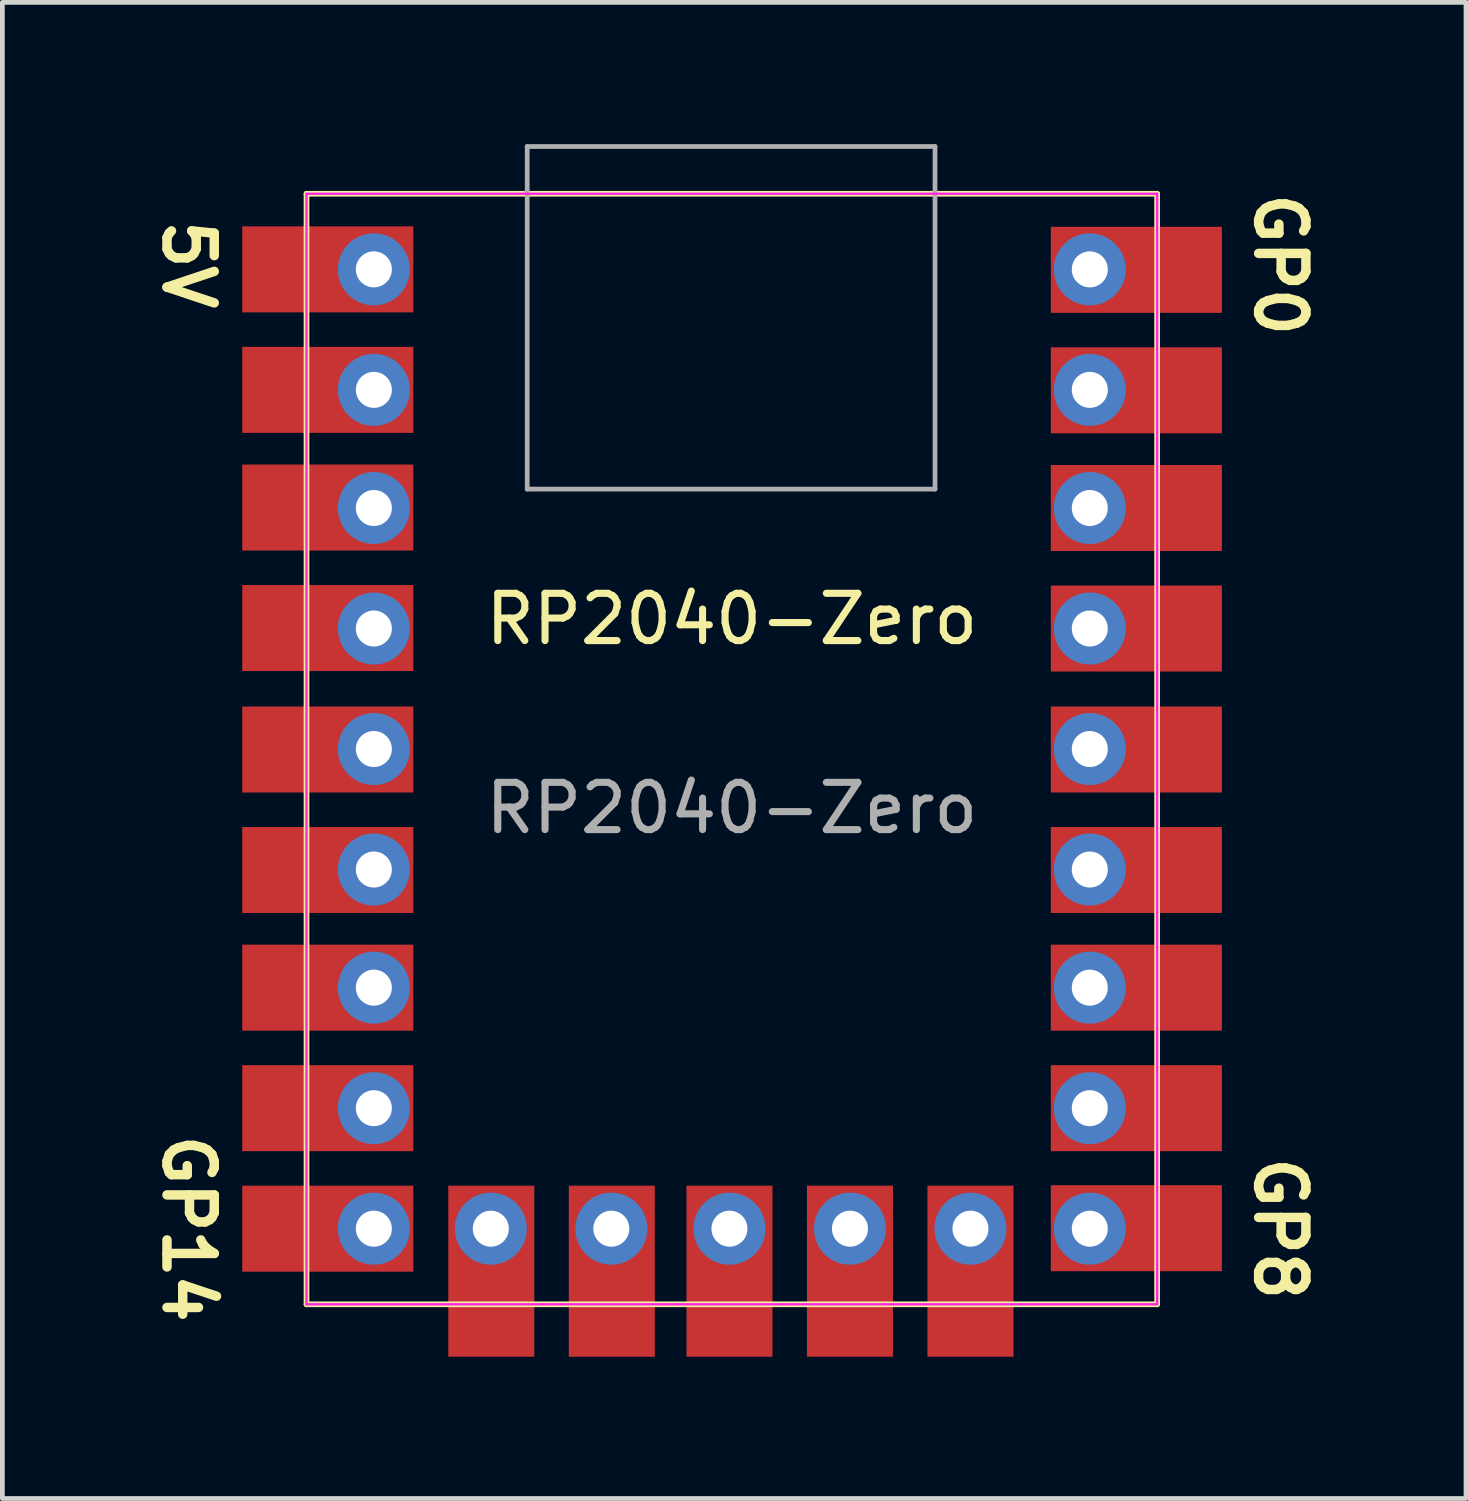
<source format=kicad_pcb>
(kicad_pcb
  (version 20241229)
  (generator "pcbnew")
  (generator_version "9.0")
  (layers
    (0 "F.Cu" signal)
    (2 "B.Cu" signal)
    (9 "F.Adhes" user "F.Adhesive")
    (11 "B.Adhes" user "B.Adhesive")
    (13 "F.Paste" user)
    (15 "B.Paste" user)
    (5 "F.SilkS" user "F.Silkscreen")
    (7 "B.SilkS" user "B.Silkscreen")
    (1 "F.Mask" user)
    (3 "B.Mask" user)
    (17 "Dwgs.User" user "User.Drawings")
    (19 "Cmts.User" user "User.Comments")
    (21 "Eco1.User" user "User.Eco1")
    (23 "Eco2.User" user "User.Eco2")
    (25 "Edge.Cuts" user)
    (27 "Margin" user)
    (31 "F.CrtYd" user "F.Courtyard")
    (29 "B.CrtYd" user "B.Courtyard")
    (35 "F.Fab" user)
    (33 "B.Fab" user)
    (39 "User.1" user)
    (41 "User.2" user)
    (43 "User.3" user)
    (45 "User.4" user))
  (footprint "RP2040-Zero"
    (layer "F.Cu")
    (at 3.436 24.55)
    (property "Reference" "RP2040-Zero" (at 9 -14.5 0) (unlocked yes) (layer "F.SilkS") (effects (font (size 1 1) (thickness 0.15))))
    (attr through_hole)
    (fp_line (start 0 -23.5) (end 0 0) (stroke (width 0.12) (type solid)) (layer "F.SilkS"))
    (fp_line (start 0 0) (end 18 0) (stroke (width 0.12) (type solid)) (layer "F.SilkS"))
    (fp_line (start 18 -23.5) (end 0 -23.5) (stroke (width 0.12) (type solid)) (layer "F.SilkS"))
    (fp_line (start 18 0) (end 18 -23.5) (stroke (width 0.12) (type solid)) (layer "F.SilkS"))
    (fp_line (start 0 -23.5) (end 18 -23.5) (stroke (width 0.05) (type solid)) (layer "F.CrtYd"))
    (fp_line (start 0 0) (end 0 -23.5) (stroke (width 0.05) (type solid)) (layer "F.CrtYd"))
    (fp_line (start 18 -23.5) (end 18 0) (stroke (width 0.05) (type solid)) (layer "F.CrtYd"))
    (fp_line (start 18 0) (end 0 0) (stroke (width 0.05) (type solid)) (layer "F.CrtYd"))
    (fp_line (start 4.67 -24.5) (end 4.67 -17.25) (stroke (width 0.1) (type solid)) (layer "F.Fab"))
    (fp_line (start 4.67 -24.5) (end 13.3 -24.5) (stroke (width 0.1) (type solid)) (layer "F.Fab"))
    (fp_line (start 4.67 -17.25) (end 13.3 -17.25) (stroke (width 0.1) (type solid)) (layer "F.Fab"))
    (fp_line (start 13.3 -24.5) (end 13.3 -17.25) (stroke (width 0.1) (type solid)) (layer "F.Fab"))
    (fp_text user "GP0" (at 20.6 -22 270) (unlocked yes) (layer "F.SilkS") (effects (font (size 1 1) (thickness 0.2))))
    (fp_text user "GP14" (at -2.5 -1.6 270) (unlocked yes) (layer "F.SilkS") (effects (font (size 1 1) (thickness 0.2))))
    (fp_text user "5V" (at -2.5 -22 270) (unlocked yes) (layer "F.SilkS") (effects (font (size 1 1) (thickness 0.2))))
    (fp_text user "GP8" (at 20.6 -1.6 270) (unlocked yes) (layer "F.SilkS") (effects (font (size 1 1) (thickness 0.2))))
    (fp_text user "${REFERENCE}" (at 9 -10.5 0) (unlocked yes) (layer "F.Fab") (effects (font (size 1 1) (thickness 0.15))))
    (pad "" thru_hole circle (at 1.425 -21.9) (size 1.524 1.524) (drill 0.762) (layers "*.Cu" "*.Mask"))
    (pad "" thru_hole circle (at 1.425 -19.35) (size 1.524 1.524) (drill 0.762) (layers "*.Cu" "*.Mask"))
    (pad "" thru_hole circle (at 1.425 -16.85) (size 1.524 1.524) (drill 0.762) (layers "*.Cu" "*.Mask"))
    (pad "" thru_hole circle (at 1.425 -14.3) (size 1.524 1.524) (drill 0.762) (layers "*.Cu" "*.Mask"))
    (pad "" thru_hole circle (at 1.425 -11.75) (size 1.524 1.524) (drill 0.762) (layers "*.Cu" "*.Mask"))
    (pad "" thru_hole circle (at 1.425 -9.2) (size 1.524 1.524) (drill 0.762) (layers "*.Cu" "*.Mask"))
    (pad "" thru_hole circle (at 1.425 -6.7) (size 1.524 1.524) (drill 0.762) (layers "*.Cu" "*.Mask"))
    (pad "" thru_hole circle (at 1.425 -4.15) (size 1.524 1.524) (drill 0.762) (layers "*.Cu" "*.Mask"))
    (pad "" thru_hole circle (at 1.425 -1.6) (size 1.524 1.524) (drill 0.762) (layers "*.Cu" "*.Mask"))
    (pad "" thru_hole circle (at 3.9 -1.6 90) (size 1.524 1.524) (drill 0.762) (layers "*.Cu" "*.Mask"))
    (pad "" thru_hole circle (at 6.45 -1.6 90) (size 1.524 1.524) (drill 0.762) (layers "*.Cu" "*.Mask"))
    (pad "" thru_hole circle (at 8.95 -1.6 90) (size 1.524 1.524) (drill 0.762) (layers "*.Cu" "*.Mask"))
    (pad "" thru_hole circle (at 11.5 -1.6 90) (size 1.524 1.524) (drill 0.762) (layers "*.Cu" "*.Mask"))
    (pad "" thru_hole circle (at 14.05 -1.6 90) (size 1.524 1.524) (drill 0.762) (layers "*.Cu" "*.Mask"))
    (pad "" thru_hole circle (at 16.575 -21.9) (size 1.524 1.524) (drill 0.762) (layers "*.Cu" "*.Mask"))
    (pad "" thru_hole circle (at 16.575 -19.35) (size 1.524 1.524) (drill 0.762) (layers "*.Cu" "*.Mask"))
    (pad "" thru_hole circle (at 16.575 -16.85) (size 1.524 1.524) (drill 0.762) (layers "*.Cu" "*.Mask"))
    (pad "" thru_hole circle (at 16.575 -14.3) (size 1.524 1.524) (drill 0.762) (layers "*.Cu" "*.Mask"))
    (pad "" thru_hole circle (at 16.575 -11.75) (size 1.524 1.524) (drill 0.762) (layers "*.Cu" "*.Mask"))
    (pad "" thru_hole circle (at 16.575 -9.2) (size 1.524 1.524) (drill 0.762) (layers "*.Cu" "*.Mask"))
    (pad "" thru_hole circle (at 16.575 -6.7) (size 1.524 1.524) (drill 0.762) (layers "*.Cu" "*.Mask"))
    (pad "" thru_hole circle (at 16.575 -4.15) (size 1.524 1.524) (drill 0.762) (layers "*.Cu" "*.Mask"))
    (pad "" thru_hole circle (at 16.575 -1.6) (size 1.524 1.524) (drill 0.762) (layers "*.Cu" "*.Mask"))
    (pad "1" connect rect (at 17.56 -21.89) (size 3.62 1.82) (layers "F.Cu" "F.Mask"))
    (pad "2" connect rect (at 17.56 -19.34) (size 3.62 1.82) (layers "F.Cu" "F.Mask"))
    (pad "3" connect rect (at 17.56 -16.85) (size 3.62 1.82) (layers "F.Cu" "F.Mask"))
    (pad "4" connect rect (at 17.56 -14.3) (size 3.62 1.82) (layers "F.Cu" "F.Mask"))
    (pad "5" connect rect (at 17.56 -11.74) (size 3.62 1.82) (layers "F.Cu" "F.Mask"))
    (pad "6" connect rect (at 17.56 -9.19) (size 3.62 1.82) (layers "F.Cu" "F.Mask"))
    (pad "7" connect rect (at 17.56 -6.7) (size 3.62 1.82) (layers "F.Cu" "F.Mask"))
    (pad "8" connect rect (at 17.56 -4.15) (size 3.62 1.82) (layers "F.Cu" "F.Mask"))
    (pad "9" connect rect (at 17.56 -1.61) (size 3.62 1.82) (layers "F.Cu" "F.Mask"))
    (pad "10" connect rect (at 14.05 -0.7 90) (size 3.62 1.82) (layers "F.Cu" "F.Mask"))
    (pad "11" connect rect (at 11.5 -0.7 90) (size 3.62 1.82) (layers "F.Cu" "F.Mask"))
    (pad "12" connect rect (at 8.95 -0.7 90) (size 3.62 1.82) (layers "F.Cu" "F.Mask"))
    (pad "13" connect rect (at 6.46 -0.7 90) (size 3.62 1.82) (layers "F.Cu" "F.Mask"))
    (pad "14" connect rect (at 3.91 -0.7 90) (size 3.62 1.82) (layers "F.Cu" "F.Mask"))
    (pad "15" connect rect (at 0.45 -1.6) (size 3.62 1.82) (layers "F.Cu" "F.Mask"))
    (pad "16" connect rect (at 0.45 -4.15) (size 3.62 1.82) (layers "F.Cu" "F.Mask"))
    (pad "17" connect rect (at 0.45 -6.7) (size 3.62 1.82) (layers "F.Cu" "F.Mask"))
    (pad "18" connect rect (at 0.45 -9.19) (size 3.62 1.82) (layers "F.Cu" "F.Mask"))
    (pad "19" connect rect (at 0.45 -11.74) (size 3.62 1.82) (layers "F.Cu" "F.Mask"))
    (pad "20" connect rect (at 0.45 -14.31) (size 3.62 1.82) (layers "F.Cu" "F.Mask"))
    (pad "21" connect rect (at 0.45 -16.86) (size 3.62 1.82) (layers "F.Cu" "F.Mask"))
    (pad "22" connect rect (at 0.45 -21.9) (size 3.62 1.82) (layers "F.Cu" "F.Mask"))
    (pad "23" connect rect (at 0.45 -19.35) (size 3.62 1.82) (layers "F.Cu" "F.Mask")))
  (gr_rect
    (start -3 -3)
    (end 27.972 28.66)
    (stroke (width 0.1) (type default))
    (fill no)
    (layer "Edge.Cuts")))
</source>
